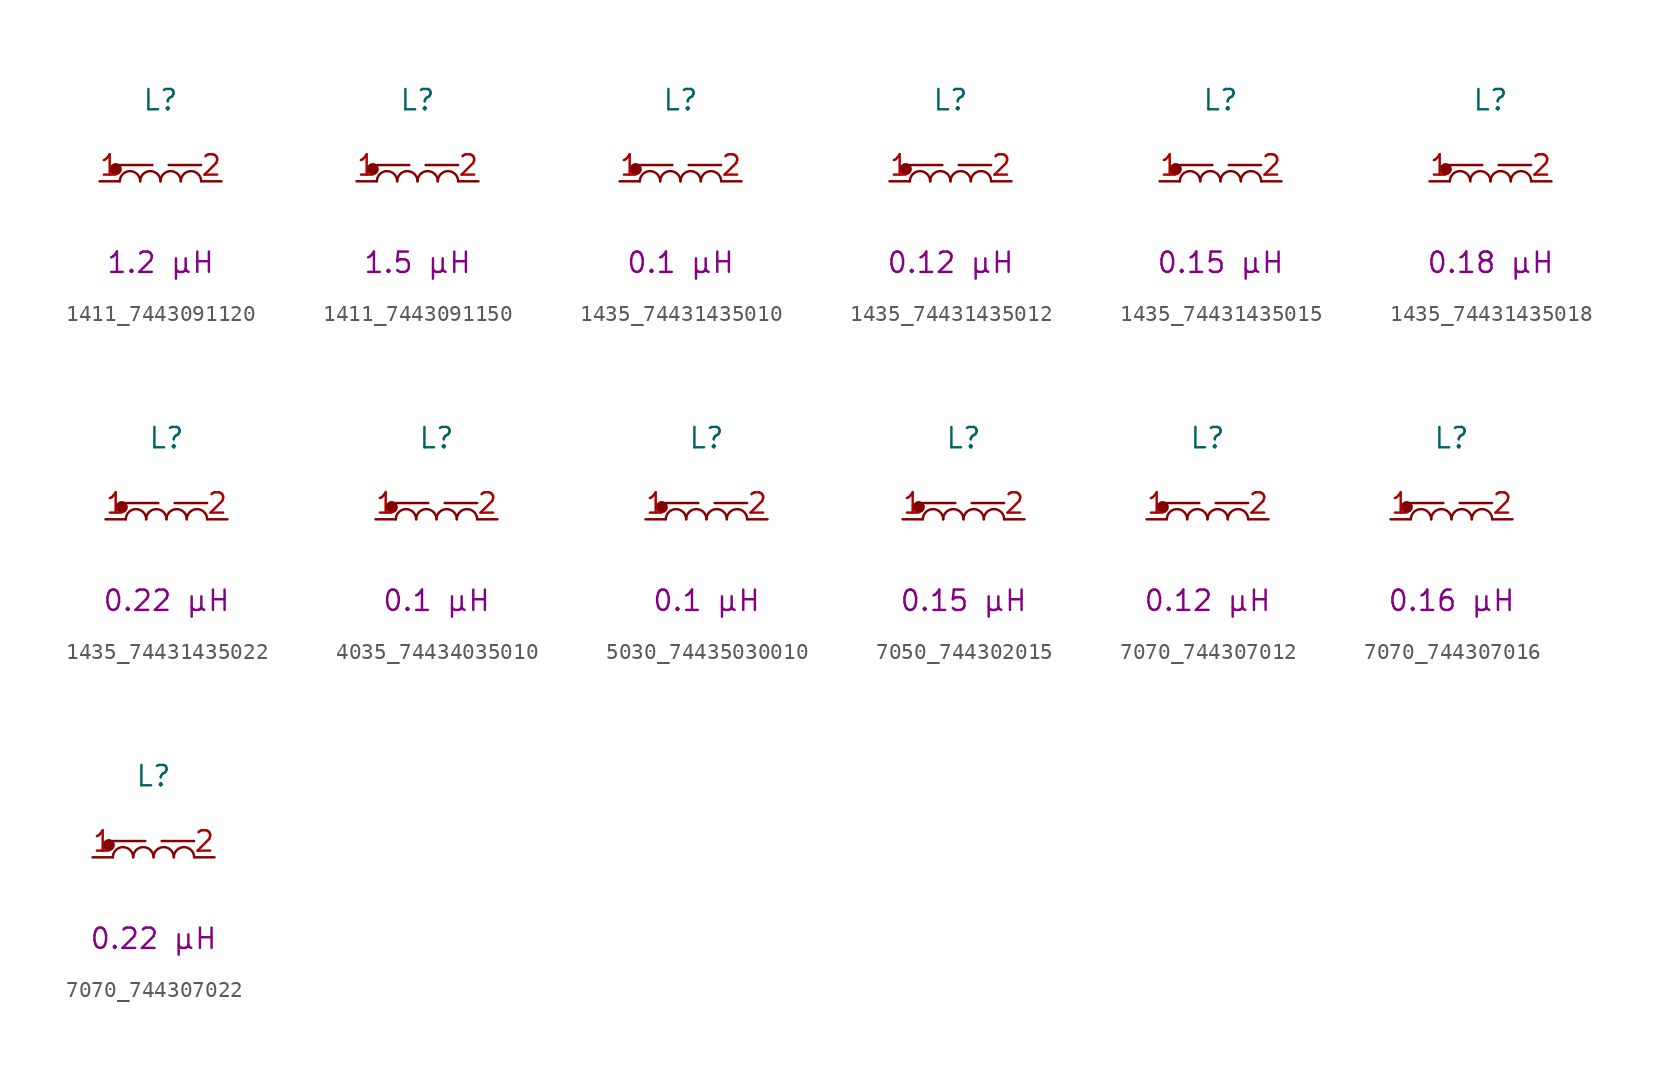
<source format=kicad_sym>
(kicad_symbol_lib
  (version 20220914)
  (generator kicad_symbol_editor)
  (symbol "1411_7443091120"
    (pin_names hide)
    (property "Reference" "L"
      (at 0 5.08 0)
      (effects (font (size 1.27 1.27))))
    (property "Critical Parameter" "1.2 µH"
      (at 0 -5.08 0)
      (effects (font (size 1.27 1.27))))
    (symbol "1411_7443091120_0_1"
      (arc (start -1.27 0) (mid -1.905 0.6323) (end -2.54 0) (stroke (width 0) (type default)) (fill (type none)))
      (arc (start 0 0) (mid -0.635 0.6323) (end -1.27 0) (stroke (width 0) (type default)) (fill (type none)))
      (polyline (pts (xy -2.54 1.016) (xy -0.508 1.016)) (stroke (width 0) (type default)) (fill (type none)))
      (arc (start 1.27 0) (mid 0.635 0.6323) (end 0 0) (stroke (width 0) (type default)) (fill (type none)))
      (arc (start 2.54 0) (mid 1.905 0.6323) (end 1.27 0) (stroke (width 0) (type default)) (fill (type none))))
    (symbol "1411_7443091120_1_1"
      (circle (center -2.794 0.762) (radius 0.0001) (stroke (width 0.381) (type default)) (fill (type none)))
      (polyline (pts (xy 2.54 1.016) (xy 0.508 1.016)) (stroke (width 0) (type default)) (fill (type none)))
      (pin passive line (at -3.81 0 0) (length 1.27) (name "1" (effects (font (size 1.27 1.27)))) (number "1" (effects (font (size 1.27 1.27)))))
      (pin passive line (at 3.81 0 180) (length 1.27) (name "2" (effects (font (size 1.27 1.27)))) (number "2" (effects (font (size 1.27 1.27)))))))
  (symbol "1411_7443091150"
    (pin_names hide)
    (property "Reference" "L"
      (at 0 5.08 0)
      (effects (font (size 1.27 1.27))))
    (property "Critical Parameter" "1.5 µH"
      (at 0 -5.08 0)
      (effects (font (size 1.27 1.27))))
    (symbol "1411_7443091150_0_1"
      (arc (start -1.27 0) (mid -1.905 0.6323) (end -2.54 0) (stroke (width 0) (type default)) (fill (type none)))
      (arc (start 0 0) (mid -0.635 0.6323) (end -1.27 0) (stroke (width 0) (type default)) (fill (type none)))
      (polyline (pts (xy -2.54 1.016) (xy -0.508 1.016)) (stroke (width 0) (type default)) (fill (type none)))
      (arc (start 1.27 0) (mid 0.635 0.6323) (end 0 0) (stroke (width 0) (type default)) (fill (type none)))
      (arc (start 2.54 0) (mid 1.905 0.6323) (end 1.27 0) (stroke (width 0) (type default)) (fill (type none))))
    (symbol "1411_7443091150_1_1"
      (circle (center -2.794 0.762) (radius 0.0001) (stroke (width 0.381) (type default)) (fill (type none)))
      (polyline (pts (xy 2.54 1.016) (xy 0.508 1.016)) (stroke (width 0) (type default)) (fill (type none)))
      (pin passive line (at -3.81 0 0) (length 1.27) (name "1" (effects (font (size 1.27 1.27)))) (number "1" (effects (font (size 1.27 1.27)))))
      (pin passive line (at 3.81 0 180) (length 1.27) (name "2" (effects (font (size 1.27 1.27)))) (number "2" (effects (font (size 1.27 1.27)))))))
  (symbol "1435_74431435010"
    (pin_names hide)
    (property "Reference" "L"
      (at 0 5.08 0)
      (effects (font (size 1.27 1.27))))
    (property "Critical Parameter" "0.1 µH"
      (at 0 -5.08 0)
      (effects (font (size 1.27 1.27))))
    (symbol "1435_74431435010_0_1"
      (arc (start -1.27 0) (mid -1.905 0.6323) (end -2.54 0) (stroke (width 0) (type default)) (fill (type none)))
      (arc (start 0 0) (mid -0.635 0.6323) (end -1.27 0) (stroke (width 0) (type default)) (fill (type none)))
      (polyline (pts (xy -2.54 1.016) (xy -0.508 1.016)) (stroke (width 0) (type default)) (fill (type none)))
      (arc (start 1.27 0) (mid 0.635 0.6323) (end 0 0) (stroke (width 0) (type default)) (fill (type none)))
      (arc (start 2.54 0) (mid 1.905 0.6323) (end 1.27 0) (stroke (width 0) (type default)) (fill (type none))))
    (symbol "1435_74431435010_1_1"
      (circle (center -2.794 0.762) (radius 0.0001) (stroke (width 0.381) (type default)) (fill (type none)))
      (polyline (pts (xy 2.54 1.016) (xy 0.508 1.016)) (stroke (width 0) (type default)) (fill (type none)))
      (pin passive line (at -3.81 0 0) (length 1.27) (name "1" (effects (font (size 1.27 1.27)))) (number "1" (effects (font (size 1.27 1.27)))))
      (pin passive line (at 3.81 0 180) (length 1.27) (name "2" (effects (font (size 1.27 1.27)))) (number "2" (effects (font (size 1.27 1.27)))))))
  (symbol "1435_74431435012"
    (pin_names hide)
    (property "Reference" "L"
      (at 0 5.08 0)
      (effects (font (size 1.27 1.27))))
    (property "Critical Parameter" "0.12 µH"
      (at 0 -5.08 0)
      (effects (font (size 1.27 1.27))))
    (symbol "1435_74431435012_0_1"
      (arc (start -1.27 0) (mid -1.905 0.6323) (end -2.54 0) (stroke (width 0) (type default)) (fill (type none)))
      (arc (start 0 0) (mid -0.635 0.6323) (end -1.27 0) (stroke (width 0) (type default)) (fill (type none)))
      (polyline (pts (xy -2.54 1.016) (xy -0.508 1.016)) (stroke (width 0) (type default)) (fill (type none)))
      (arc (start 1.27 0) (mid 0.635 0.6323) (end 0 0) (stroke (width 0) (type default)) (fill (type none)))
      (arc (start 2.54 0) (mid 1.905 0.6323) (end 1.27 0) (stroke (width 0) (type default)) (fill (type none))))
    (symbol "1435_74431435012_1_1"
      (circle (center -2.794 0.762) (radius 0.0001) (stroke (width 0.381) (type default)) (fill (type none)))
      (polyline (pts (xy 2.54 1.016) (xy 0.508 1.016)) (stroke (width 0) (type default)) (fill (type none)))
      (pin passive line (at -3.81 0 0) (length 1.27) (name "1" (effects (font (size 1.27 1.27)))) (number "1" (effects (font (size 1.27 1.27)))))
      (pin passive line (at 3.81 0 180) (length 1.27) (name "2" (effects (font (size 1.27 1.27)))) (number "2" (effects (font (size 1.27 1.27)))))))
  (symbol "1435_74431435015"
    (pin_names hide)
    (property "Reference" "L"
      (at 0 5.08 0)
      (effects (font (size 1.27 1.27))))
    (property "Critical Parameter" "0.15 µH"
      (at 0 -5.08 0)
      (effects (font (size 1.27 1.27))))
    (symbol "1435_74431435015_0_1"
      (arc (start -1.27 0) (mid -1.905 0.6323) (end -2.54 0) (stroke (width 0) (type default)) (fill (type none)))
      (arc (start 0 0) (mid -0.635 0.6323) (end -1.27 0) (stroke (width 0) (type default)) (fill (type none)))
      (polyline (pts (xy -2.54 1.016) (xy -0.508 1.016)) (stroke (width 0) (type default)) (fill (type none)))
      (arc (start 1.27 0) (mid 0.635 0.6323) (end 0 0) (stroke (width 0) (type default)) (fill (type none)))
      (arc (start 2.54 0) (mid 1.905 0.6323) (end 1.27 0) (stroke (width 0) (type default)) (fill (type none))))
    (symbol "1435_74431435015_1_1"
      (circle (center -2.794 0.762) (radius 0.0001) (stroke (width 0.381) (type default)) (fill (type none)))
      (polyline (pts (xy 2.54 1.016) (xy 0.508 1.016)) (stroke (width 0) (type default)) (fill (type none)))
      (pin passive line (at -3.81 0 0) (length 1.27) (name "1" (effects (font (size 1.27 1.27)))) (number "1" (effects (font (size 1.27 1.27)))))
      (pin passive line (at 3.81 0 180) (length 1.27) (name "2" (effects (font (size 1.27 1.27)))) (number "2" (effects (font (size 1.27 1.27)))))))
  (symbol "1435_74431435018"
    (pin_names hide)
    (property "Reference" "L"
      (at 0 5.08 0)
      (effects (font (size 1.27 1.27))))
    (property "Critical Parameter" "0.18 µH"
      (at 0 -5.08 0)
      (effects (font (size 1.27 1.27))))
    (symbol "1435_74431435018_0_1"
      (arc (start -1.27 0) (mid -1.905 0.6323) (end -2.54 0) (stroke (width 0) (type default)) (fill (type none)))
      (arc (start 0 0) (mid -0.635 0.6323) (end -1.27 0) (stroke (width 0) (type default)) (fill (type none)))
      (polyline (pts (xy -2.54 1.016) (xy -0.508 1.016)) (stroke (width 0) (type default)) (fill (type none)))
      (arc (start 1.27 0) (mid 0.635 0.6323) (end 0 0) (stroke (width 0) (type default)) (fill (type none)))
      (arc (start 2.54 0) (mid 1.905 0.6323) (end 1.27 0) (stroke (width 0) (type default)) (fill (type none))))
    (symbol "1435_74431435018_1_1"
      (circle (center -2.794 0.762) (radius 0.0001) (stroke (width 0.381) (type default)) (fill (type none)))
      (polyline (pts (xy 2.54 1.016) (xy 0.508 1.016)) (stroke (width 0) (type default)) (fill (type none)))
      (pin passive line (at -3.81 0 0) (length 1.27) (name "1" (effects (font (size 1.27 1.27)))) (number "1" (effects (font (size 1.27 1.27)))))
      (pin passive line (at 3.81 0 180) (length 1.27) (name "2" (effects (font (size 1.27 1.27)))) (number "2" (effects (font (size 1.27 1.27)))))))
  (symbol "1435_74431435022"
    (pin_names hide)
    (property "Reference" "L"
      (at 0 5.08 0)
      (effects (font (size 1.27 1.27))))
    (property "Critical Parameter" "0.22 µH"
      (at 0 -5.08 0)
      (effects (font (size 1.27 1.27))))
    (symbol "1435_74431435022_0_1"
      (arc (start -1.27 0) (mid -1.905 0.6323) (end -2.54 0) (stroke (width 0) (type default)) (fill (type none)))
      (arc (start 0 0) (mid -0.635 0.6323) (end -1.27 0) (stroke (width 0) (type default)) (fill (type none)))
      (polyline (pts (xy -2.54 1.016) (xy -0.508 1.016)) (stroke (width 0) (type default)) (fill (type none)))
      (arc (start 1.27 0) (mid 0.635 0.6323) (end 0 0) (stroke (width 0) (type default)) (fill (type none)))
      (arc (start 2.54 0) (mid 1.905 0.6323) (end 1.27 0) (stroke (width 0) (type default)) (fill (type none))))
    (symbol "1435_74431435022_1_1"
      (circle (center -2.794 0.762) (radius 0.0001) (stroke (width 0.381) (type default)) (fill (type none)))
      (polyline (pts (xy 2.54 1.016) (xy 0.508 1.016)) (stroke (width 0) (type default)) (fill (type none)))
      (pin passive line (at -3.81 0 0) (length 1.27) (name "1" (effects (font (size 1.27 1.27)))) (number "1" (effects (font (size 1.27 1.27)))))
      (pin passive line (at 3.81 0 180) (length 1.27) (name "2" (effects (font (size 1.27 1.27)))) (number "2" (effects (font (size 1.27 1.27)))))))
  (symbol "4035_74434035010"
    (pin_names hide)
    (property "Reference" "L"
      (at 0 5.08 0)
      (effects (font (size 1.27 1.27))))
    (property "Critical Parameter" "0.1 µH"
      (at 0 -5.08 0)
      (effects (font (size 1.27 1.27))))
    (symbol "4035_74434035010_0_1"
      (arc (start -1.27 0) (mid -1.905 0.6323) (end -2.54 0) (stroke (width 0) (type default)) (fill (type none)))
      (arc (start 0 0) (mid -0.635 0.6323) (end -1.27 0) (stroke (width 0) (type default)) (fill (type none)))
      (polyline (pts (xy -2.54 1.016) (xy -0.508 1.016)) (stroke (width 0) (type default)) (fill (type none)))
      (arc (start 1.27 0) (mid 0.635 0.6323) (end 0 0) (stroke (width 0) (type default)) (fill (type none)))
      (arc (start 2.54 0) (mid 1.905 0.6323) (end 1.27 0) (stroke (width 0) (type default)) (fill (type none))))
    (symbol "4035_74434035010_1_1"
      (circle (center -2.794 0.762) (radius 0.0001) (stroke (width 0.381) (type default)) (fill (type none)))
      (polyline (pts (xy 2.54 1.016) (xy 0.508 1.016)) (stroke (width 0) (type default)) (fill (type none)))
      (pin passive line (at -3.81 0 0) (length 1.27) (name "1" (effects (font (size 1.27 1.27)))) (number "1" (effects (font (size 1.27 1.27)))))
      (pin passive line (at 3.81 0 180) (length 1.27) (name "2" (effects (font (size 1.27 1.27)))) (number "2" (effects (font (size 1.27 1.27)))))))
  (symbol "5030_74435030010"
    (pin_names hide)
    (property "Reference" "L"
      (at 0 5.08 0)
      (effects (font (size 1.27 1.27))))
    (property "Critical Parameter" "0.1 µH"
      (at 0 -5.08 0)
      (effects (font (size 1.27 1.27))))
    (symbol "5030_74435030010_0_1"
      (arc (start -1.27 0) (mid -1.905 0.6323) (end -2.54 0) (stroke (width 0) (type default)) (fill (type none)))
      (arc (start 0 0) (mid -0.635 0.6323) (end -1.27 0) (stroke (width 0) (type default)) (fill (type none)))
      (polyline (pts (xy -2.54 1.016) (xy -0.508 1.016)) (stroke (width 0) (type default)) (fill (type none)))
      (arc (start 1.27 0) (mid 0.635 0.6323) (end 0 0) (stroke (width 0) (type default)) (fill (type none)))
      (arc (start 2.54 0) (mid 1.905 0.6323) (end 1.27 0) (stroke (width 0) (type default)) (fill (type none))))
    (symbol "5030_74435030010_1_1"
      (circle (center -2.794 0.762) (radius 0.0001) (stroke (width 0.381) (type default)) (fill (type none)))
      (polyline (pts (xy 2.54 1.016) (xy 0.508 1.016)) (stroke (width 0) (type default)) (fill (type none)))
      (pin passive line (at -3.81 0 0) (length 1.27) (name "1" (effects (font (size 1.27 1.27)))) (number "1" (effects (font (size 1.27 1.27)))))
      (pin passive line (at 3.81 0 180) (length 1.27) (name "2" (effects (font (size 1.27 1.27)))) (number "2" (effects (font (size 1.27 1.27)))))))
  (symbol "7050_744302015"
    (pin_names hide)
    (property "Reference" "L"
      (at 0 5.08 0)
      (effects (font (size 1.27 1.27))))
    (property "Critical Parameter" "0.15 µH"
      (at 0 -5.08 0)
      (effects (font (size 1.27 1.27))))
    (symbol "7050_744302015_0_1"
      (arc (start -1.27 0) (mid -1.905 0.6323) (end -2.54 0) (stroke (width 0) (type default)) (fill (type none)))
      (arc (start 0 0) (mid -0.635 0.6323) (end -1.27 0) (stroke (width 0) (type default)) (fill (type none)))
      (polyline (pts (xy -2.54 1.016) (xy -0.508 1.016)) (stroke (width 0) (type default)) (fill (type none)))
      (arc (start 1.27 0) (mid 0.635 0.6323) (end 0 0) (stroke (width 0) (type default)) (fill (type none)))
      (arc (start 2.54 0) (mid 1.905 0.6323) (end 1.27 0) (stroke (width 0) (type default)) (fill (type none))))
    (symbol "7050_744302015_1_1"
      (circle (center -2.794 0.762) (radius 0.0001) (stroke (width 0.381) (type default)) (fill (type none)))
      (polyline (pts (xy 2.54 1.016) (xy 0.508 1.016)) (stroke (width 0) (type default)) (fill (type none)))
      (pin passive line (at -3.81 0 0) (length 1.27) (name "1" (effects (font (size 1.27 1.27)))) (number "1" (effects (font (size 1.27 1.27)))))
      (pin passive line (at 3.81 0 180) (length 1.27) (name "2" (effects (font (size 1.27 1.27)))) (number "2" (effects (font (size 1.27 1.27)))))))
  (symbol "7070_744307012"
    (pin_names hide)
    (property "Reference" "L"
      (at 0 5.08 0)
      (effects (font (size 1.27 1.27))))
    (property "Critical Parameter" "0.12 µH"
      (at 0 -5.08 0)
      (effects (font (size 1.27 1.27))))
    (symbol "7070_744307012_0_1"
      (arc (start -1.27 0) (mid -1.905 0.6323) (end -2.54 0) (stroke (width 0) (type default)) (fill (type none)))
      (arc (start 0 0) (mid -0.635 0.6323) (end -1.27 0) (stroke (width 0) (type default)) (fill (type none)))
      (polyline (pts (xy -2.54 1.016) (xy -0.508 1.016)) (stroke (width 0) (type default)) (fill (type none)))
      (arc (start 1.27 0) (mid 0.635 0.6323) (end 0 0) (stroke (width 0) (type default)) (fill (type none)))
      (arc (start 2.54 0) (mid 1.905 0.6323) (end 1.27 0) (stroke (width 0) (type default)) (fill (type none))))
    (symbol "7070_744307012_1_1"
      (circle (center -2.794 0.762) (radius 0.0001) (stroke (width 0.381) (type default)) (fill (type none)))
      (polyline (pts (xy 2.54 1.016) (xy 0.508 1.016)) (stroke (width 0) (type default)) (fill (type none)))
      (pin passive line (at -3.81 0 0) (length 1.27) (name "1" (effects (font (size 1.27 1.27)))) (number "1" (effects (font (size 1.27 1.27)))))
      (pin passive line (at 3.81 0 180) (length 1.27) (name "2" (effects (font (size 1.27 1.27)))) (number "2" (effects (font (size 1.27 1.27)))))))
  (symbol "7070_744307016"
    (pin_names hide)
    (property "Reference" "L"
      (at 0 5.08 0)
      (effects (font (size 1.27 1.27))))
    (property "Critical Parameter" "0.16 µH"
      (at 0 -5.08 0)
      (effects (font (size 1.27 1.27))))
    (symbol "7070_744307016_0_1"
      (arc (start -1.27 0) (mid -1.905 0.6323) (end -2.54 0) (stroke (width 0) (type default)) (fill (type none)))
      (arc (start 0 0) (mid -0.635 0.6323) (end -1.27 0) (stroke (width 0) (type default)) (fill (type none)))
      (polyline (pts (xy -2.54 1.016) (xy -0.508 1.016)) (stroke (width 0) (type default)) (fill (type none)))
      (arc (start 1.27 0) (mid 0.635 0.6323) (end 0 0) (stroke (width 0) (type default)) (fill (type none)))
      (arc (start 2.54 0) (mid 1.905 0.6323) (end 1.27 0) (stroke (width 0) (type default)) (fill (type none))))
    (symbol "7070_744307016_1_1"
      (circle (center -2.794 0.762) (radius 0.0001) (stroke (width 0.381) (type default)) (fill (type none)))
      (polyline (pts (xy 2.54 1.016) (xy 0.508 1.016)) (stroke (width 0) (type default)) (fill (type none)))
      (pin passive line (at -3.81 0 0) (length 1.27) (name "1" (effects (font (size 1.27 1.27)))) (number "1" (effects (font (size 1.27 1.27)))))
      (pin passive line (at 3.81 0 180) (length 1.27) (name "2" (effects (font (size 1.27 1.27)))) (number "2" (effects (font (size 1.27 1.27)))))))
  (symbol "7070_744307022"
    (pin_names hide)
    (property "Reference" "L"
      (at 0 5.08 0)
      (effects (font (size 1.27 1.27))))
    (property "Critical Parameter" "0.22 µH"
      (at 0 -5.08 0)
      (effects (font (size 1.27 1.27))))
    (symbol "7070_744307022_0_1"
      (arc (start -1.27 0) (mid -1.905 0.6323) (end -2.54 0) (stroke (width 0) (type default)) (fill (type none)))
      (arc (start 0 0) (mid -0.635 0.6323) (end -1.27 0) (stroke (width 0) (type default)) (fill (type none)))
      (polyline (pts (xy -2.54 1.016) (xy -0.508 1.016)) (stroke (width 0) (type default)) (fill (type none)))
      (arc (start 1.27 0) (mid 0.635 0.6323) (end 0 0) (stroke (width 0) (type default)) (fill (type none)))
      (arc (start 2.54 0) (mid 1.905 0.6323) (end 1.27 0) (stroke (width 0) (type default)) (fill (type none))))
    (symbol "7070_744307022_1_1"
      (circle (center -2.794 0.762) (radius 0.0001) (stroke (width 0.381) (type default)) (fill (type none)))
      (polyline (pts (xy 2.54 1.016) (xy 0.508 1.016)) (stroke (width 0) (type default)) (fill (type none)))
      (pin passive line (at -3.81 0 0) (length 1.27) (name "1" (effects (font (size 1.27 1.27)))) (number "1" (effects (font (size 1.27 1.27)))))
      (pin passive line (at 3.81 0 180) (length 1.27) (name "2" (effects (font (size 1.27 1.27)))) (number "2" (effects (font (size 1.27 1.27))))))))
</source>
